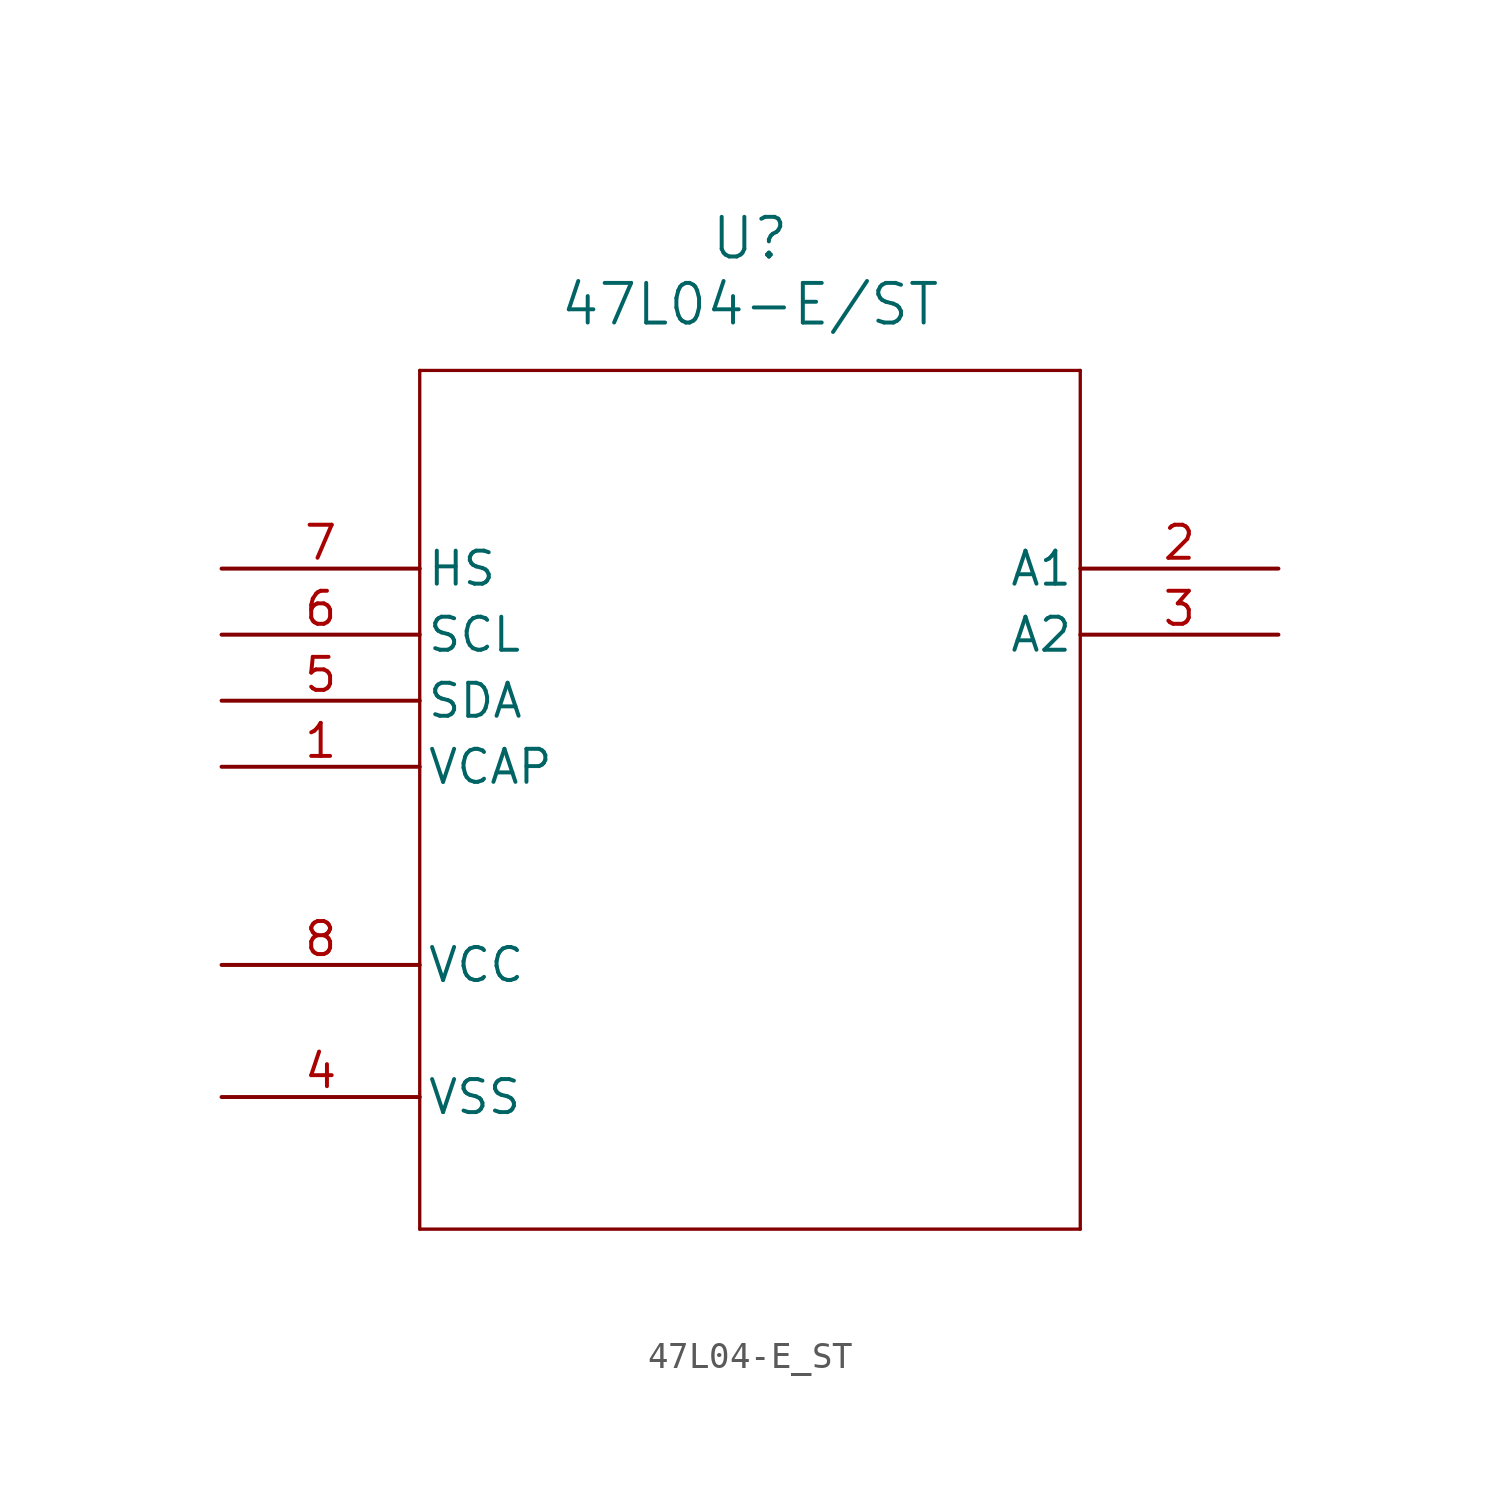
<source format=kicad_sym>
(kicad_symbol_lib
  (version 20211014)
  (generator kicad_symbol_editor)
  (symbol "47L04-E_ST"
    (pin_names
      (offset 0.254))
    (property "Reference" "U"
      (at 20.32 12.7 0)
      (effects (font (size 1.524 1.524))))
    (property "Value" "47L04-E/ST"
      (at 20.32 10.16 0)
      (effects (font (size 1.524 1.524))))
    (symbol "47L04-E_ST_0_1"
      (polyline (pts (xy 7.62 7.62) (xy 7.62 -25.4)) (stroke (width 0.127) (type default) (color 0 0 0 0)) (fill (type none)))
      (polyline (pts (xy 7.62 -25.4) (xy 33.02 -25.4)) (stroke (width 0.127) (type default) (color 0 0 0 0)) (fill (type none)))
      (polyline (pts (xy 33.02 -25.4) (xy 33.02 7.62)) (stroke (width 0.127) (type default) (color 0 0 0 0)) (fill (type none)))
      (polyline (pts (xy 33.02 7.62) (xy 7.62 7.62)) (stroke (width 0.127) (type default) (color 0 0 0 0)) (fill (type none)))
      (pin unspecified line (at 0 -7.62 0) (length 7.62) (name "VCAP" (effects (font (size 1.27 1.27)))) (number "1" (effects (font (size 1.27 1.27)))))
      (pin bidirectional line (at 40.64 0 180) (length 7.62) (name "A1" (effects (font (size 1.27 1.27)))) (number "2" (effects (font (size 1.27 1.27)))))
      (pin bidirectional line (at 40.64 -2.54 180) (length 7.62) (name "A2" (effects (font (size 1.27 1.27)))) (number "3" (effects (font (size 1.27 1.27)))))
      (pin power_out line (at 0 -20.32 0) (length 7.62) (name "VSS" (effects (font (size 1.27 1.27)))) (number "4" (effects (font (size 1.27 1.27)))))
      (pin unspecified line (at 0 -5.08 0) (length 7.62) (name "SDA" (effects (font (size 1.27 1.27)))) (number "5" (effects (font (size 1.27 1.27)))))
      (pin unspecified line (at 0 -2.54 0) (length 7.62) (name "SCL" (effects (font (size 1.27 1.27)))) (number "6" (effects (font (size 1.27 1.27)))))
      (pin unspecified line (at 0 0 0) (length 7.62) (name "HS" (effects (font (size 1.27 1.27)))) (number "7" (effects (font (size 1.27 1.27)))))
      (pin power_in line (at 0 -15.24 0) (length 7.62) (name "VCC" (effects (font (size 1.27 1.27)))) (number "8" (effects (font (size 1.27 1.27))))))))
</source>
